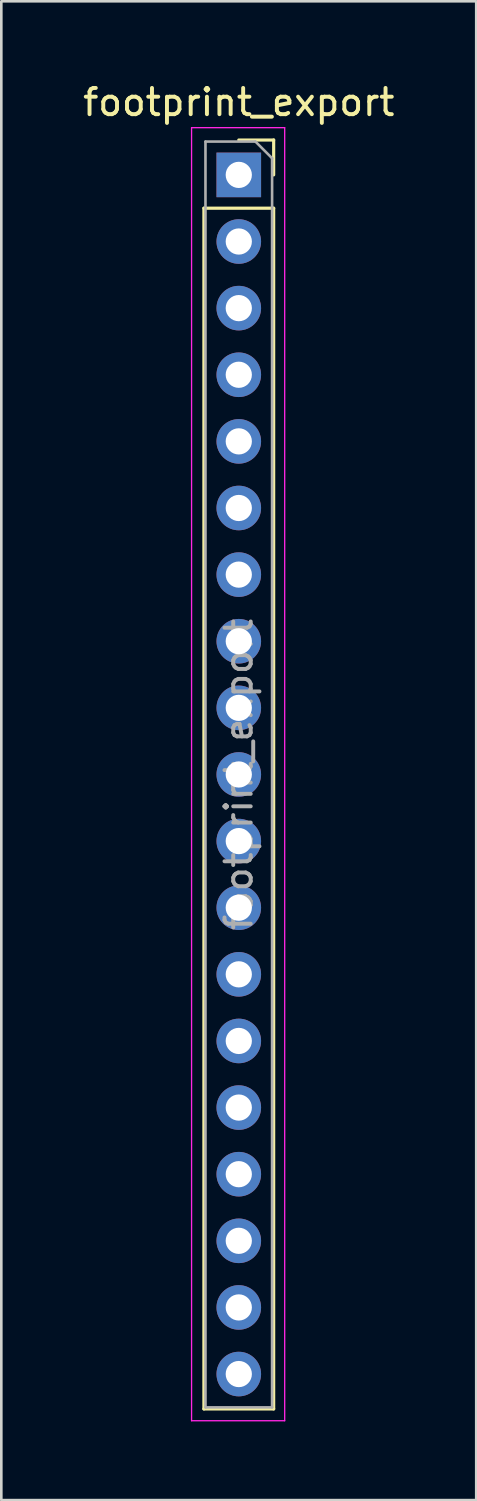
<source format=kicad_pcb>
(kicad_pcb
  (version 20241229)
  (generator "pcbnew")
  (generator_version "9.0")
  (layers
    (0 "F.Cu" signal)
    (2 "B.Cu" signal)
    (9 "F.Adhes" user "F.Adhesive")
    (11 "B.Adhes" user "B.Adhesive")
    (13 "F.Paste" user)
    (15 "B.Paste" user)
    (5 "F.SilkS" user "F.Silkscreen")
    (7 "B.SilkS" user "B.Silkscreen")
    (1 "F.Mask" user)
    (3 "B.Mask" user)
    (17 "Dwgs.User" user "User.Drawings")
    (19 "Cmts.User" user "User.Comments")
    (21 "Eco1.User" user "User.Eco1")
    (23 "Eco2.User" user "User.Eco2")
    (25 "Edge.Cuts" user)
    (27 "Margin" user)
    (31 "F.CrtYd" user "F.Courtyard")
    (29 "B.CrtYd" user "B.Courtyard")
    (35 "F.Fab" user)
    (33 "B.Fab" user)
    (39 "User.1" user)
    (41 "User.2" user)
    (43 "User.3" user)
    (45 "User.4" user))
  (footprint "footprint_export"
    (layer "F.Cu")
    (at 6.054 3.618)
    (property "Reference" "footprint_export" (at 0 -2.77 0) (layer "F.SilkS") (effects (font (size 1 1) (thickness 0.15))))
    (attr through_hole)
    (fp_line (start -1.33 1.27) (end -1.33 47.05) (stroke (width 0.12) (type solid)) (layer "F.SilkS"))
    (fp_line (start -1.33 1.27) (end 1.33 1.27) (stroke (width 0.12) (type solid)) (layer "F.SilkS"))
    (fp_line (start -1.33 47.05) (end 1.33 47.05) (stroke (width 0.12) (type solid)) (layer "F.SilkS"))
    (fp_line (start 0 -1.33) (end 1.33 -1.33) (stroke (width 0.12) (type solid)) (layer "F.SilkS"))
    (fp_line (start 1.33 -1.33) (end 1.33 0) (stroke (width 0.12) (type solid)) (layer "F.SilkS"))
    (fp_line (start 1.33 1.27) (end 1.33 47.05) (stroke (width 0.12) (type solid)) (layer "F.SilkS"))
    (fp_line (start -1.8 -1.8) (end 1.75 -1.8) (stroke (width 0.05) (type solid)) (layer "F.CrtYd"))
    (fp_line (start -1.8 47.5) (end -1.8 -1.8) (stroke (width 0.05) (type solid)) (layer "F.CrtYd"))
    (fp_line (start 1.75 -1.8) (end 1.75 47.5) (stroke (width 0.05) (type solid)) (layer "F.CrtYd"))
    (fp_line (start 1.75 47.5) (end -1.8 47.5) (stroke (width 0.05) (type solid)) (layer "F.CrtYd"))
    (fp_line (start -1.27 -1.27) (end 0.635 -1.27) (stroke (width 0.1) (type solid)) (layer "F.Fab"))
    (fp_line (start -1.27 46.99) (end -1.27 -1.27) (stroke (width 0.1) (type solid)) (layer "F.Fab"))
    (fp_line (start 0.635 -1.27) (end 1.27 -0.635) (stroke (width 0.1) (type solid)) (layer "F.Fab"))
    (fp_line (start 1.27 -0.635) (end 1.27 46.99) (stroke (width 0.1) (type solid)) (layer "F.Fab"))
    (fp_line (start 1.27 46.99) (end -1.27 46.99) (stroke (width 0.1) (type solid)) (layer "F.Fab"))
    (fp_text user "${REFERENCE}" (at 0 22.86 90) (layer "F.Fab") (effects (font (size 1 1) (thickness 0.15))))
    (pad "1" thru_hole rect (at 0 0) (size 1.7 1.7) (drill 1) (layers "*.Cu" "*.Mask"))
    (pad "2" thru_hole oval (at 0 2.54) (size 1.7 1.7) (drill 1) (layers "*.Cu" "*.Mask"))
    (pad "3" thru_hole oval (at 0 5.08) (size 1.7 1.7) (drill 1) (layers "*.Cu" "*.Mask"))
    (pad "4" thru_hole oval (at 0 7.62) (size 1.7 1.7) (drill 1) (layers "*.Cu" "*.Mask"))
    (pad "5" thru_hole oval (at 0 10.16) (size 1.7 1.7) (drill 1) (layers "*.Cu" "*.Mask"))
    (pad "6" thru_hole oval (at 0 12.7) (size 1.7 1.7) (drill 1) (layers "*.Cu" "*.Mask"))
    (pad "7" thru_hole oval (at 0 15.24) (size 1.7 1.7) (drill 1) (layers "*.Cu" "*.Mask"))
    (pad "8" thru_hole oval (at 0 17.78) (size 1.7 1.7) (drill 1) (layers "*.Cu" "*.Mask"))
    (pad "9" thru_hole oval (at 0 20.32) (size 1.7 1.7) (drill 1) (layers "*.Cu" "*.Mask"))
    (pad "10" thru_hole oval (at 0 22.86) (size 1.7 1.7) (drill 1) (layers "*.Cu" "*.Mask"))
    (pad "11" thru_hole oval (at 0 25.4) (size 1.7 1.7) (drill 1) (layers "*.Cu" "*.Mask"))
    (pad "12" thru_hole oval (at 0 27.94) (size 1.7 1.7) (drill 1) (layers "*.Cu" "*.Mask"))
    (pad "13" thru_hole oval (at 0 30.48) (size 1.7 1.7) (drill 1) (layers "*.Cu" "*.Mask"))
    (pad "14" thru_hole oval (at 0 33.02) (size 1.7 1.7) (drill 1) (layers "*.Cu" "*.Mask"))
    (pad "15" thru_hole oval (at 0 35.56) (size 1.7 1.7) (drill 1) (layers "*.Cu" "*.Mask"))
    (pad "16" thru_hole oval (at 0 38.1) (size 1.7 1.7) (drill 1) (layers "*.Cu" "*.Mask"))
    (pad "17" thru_hole oval (at 0 40.64) (size 1.7 1.7) (drill 1) (layers "*.Cu" "*.Mask"))
    (pad "18" thru_hole oval (at 0 43.18) (size 1.7 1.7) (drill 1) (layers "*.Cu" "*.Mask"))
    (pad "19" thru_hole oval (at 0 45.72) (size 1.7 1.7) (drill 1) (layers "*.Cu" "*.Mask")))
  (gr_rect
    (start -3 -3)
    (end 15.107 54.143)
    (stroke (width 0.1) (type default))
    (fill no)
    (layer "Edge.Cuts")))
</source>
